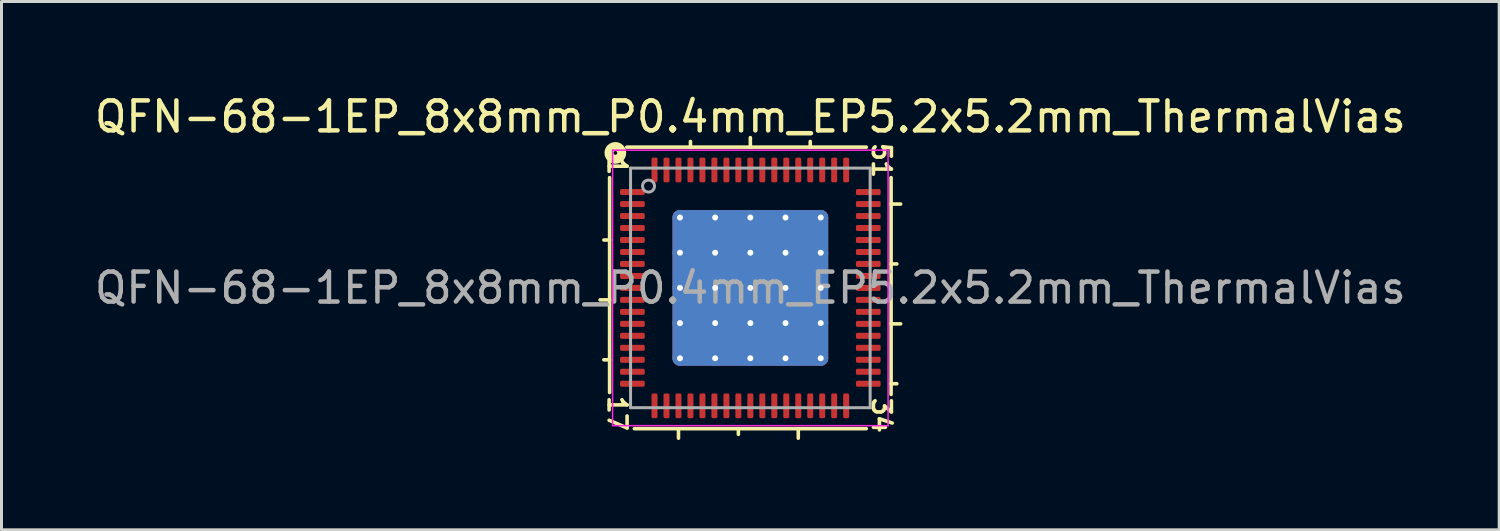
<source format=kicad_pcb>
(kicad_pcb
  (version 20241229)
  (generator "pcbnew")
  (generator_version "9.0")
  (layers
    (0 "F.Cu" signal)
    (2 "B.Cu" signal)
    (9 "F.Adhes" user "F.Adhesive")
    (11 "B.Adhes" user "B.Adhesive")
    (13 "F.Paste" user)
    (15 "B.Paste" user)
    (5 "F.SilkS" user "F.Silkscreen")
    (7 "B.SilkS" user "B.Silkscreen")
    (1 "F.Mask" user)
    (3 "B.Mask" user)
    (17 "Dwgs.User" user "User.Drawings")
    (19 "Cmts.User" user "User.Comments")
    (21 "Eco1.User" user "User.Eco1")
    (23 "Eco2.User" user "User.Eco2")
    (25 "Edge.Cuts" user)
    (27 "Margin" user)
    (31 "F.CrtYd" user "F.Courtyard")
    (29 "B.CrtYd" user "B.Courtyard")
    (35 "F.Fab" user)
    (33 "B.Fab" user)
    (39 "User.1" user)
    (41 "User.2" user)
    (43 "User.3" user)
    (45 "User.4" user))
  (footprint "QFN-68-1EP_8x8mm_P0.4mm_EP5.2x5.2mm_ThermalVias"
    (layer "F.Cu")
    (at 22.006 6.564)
    (property "Reference" "QFN-68-1EP_8x8mm_P0.4mm_EP5.2x5.2mm_ThermalVias" (at 0 -5.716 0) (layer "F.SilkS") (effects (font (size 1 1) (thickness 0.15))))
    (attr smd)
    (fp_line (start -4.7 -3.683) (end -4.7 3.493) (stroke (width 0.12) (type solid)) (layer "F.SilkS"))
    (fp_line (start -4.7 -1.6) (end -4.891 -1.6) (stroke (width 0.12) (type solid)) (layer "F.SilkS"))
    (fp_line (start -4.7 0.4) (end -5.018 0.4) (stroke (width 0.12) (type solid)) (layer "F.SilkS"))
    (fp_line (start -4.7 2.4) (end -4.891 2.4) (stroke (width 0.12) (type solid)) (layer "F.SilkS"))
    (fp_line (start -3.873 4.7) (end 3.873 4.7) (stroke (width 0.12) (type solid)) (layer "F.SilkS"))
    (fp_line (start -2.4 4.7) (end -2.4 5.018) (stroke (width 0.12) (type solid)) (layer "F.SilkS"))
    (fp_line (start -2 -4.7) (end -2 -4.891) (stroke (width 0.12) (type solid)) (layer "F.SilkS"))
    (fp_line (start -0.4 4.7) (end -0.4 4.891) (stroke (width 0.12) (type solid)) (layer "F.SilkS"))
    (fp_line (start 0 -4.7) (end 0 -5.018) (stroke (width 0.12) (type solid)) (layer "F.SilkS"))
    (fp_line (start 1.6 4.7) (end 1.6 5.018) (stroke (width 0.12) (type solid)) (layer "F.SilkS"))
    (fp_line (start 2 -4.7) (end 2 -4.891) (stroke (width 0.12) (type solid)) (layer "F.SilkS"))
    (fp_line (start 3.873 -4.7) (end -4.128 -4.7) (stroke (width 0.12) (type solid)) (layer "F.SilkS"))
    (fp_line (start 4.7 -2.8) (end 5.018 -2.8) (stroke (width 0.12) (type solid)) (layer "F.SilkS"))
    (fp_line (start 4.7 -0.8) (end 4.891 -0.8) (stroke (width 0.12) (type solid)) (layer "F.SilkS"))
    (fp_line (start 4.7 1.2) (end 5.018 1.2) (stroke (width 0.12) (type solid)) (layer "F.SilkS"))
    (fp_line (start 4.7 3.2) (end 4.891 3.2) (stroke (width 0.12) (type solid)) (layer "F.SilkS"))
    (fp_line (start 4.7 3.556) (end 4.7 -3.683) (stroke (width 0.12) (type solid)) (layer "F.SilkS"))
    (fp_circle (center -4.508 -4.508) (end -4.445 -4.508) (stroke (width 0.3) (type solid)) (fill no) (layer "F.SilkS"))
    (fp_line (start -4.6 -4.6) (end -4.6 4.6) (stroke (width 0.05) (type solid)) (layer "F.CrtYd"))
    (fp_line (start -4.6 4.6) (end 4.6 4.6) (stroke (width 0.05) (type solid)) (layer "F.CrtYd"))
    (fp_line (start 4.6 -4.6) (end -4.6 -4.6) (stroke (width 0.05) (type solid)) (layer "F.CrtYd"))
    (fp_line (start 4.6 4.6) (end 4.6 -4.6) (stroke (width 0.05) (type solid)) (layer "F.CrtYd"))
    (fp_line (start -4 -4) (end 4 -4) (stroke (width 0.1) (type solid)) (layer "F.Fab"))
    (fp_line (start -4 4) (end -4 -4) (stroke (width 0.1) (type solid)) (layer "F.Fab"))
    (fp_line (start 4 -4) (end 4 4) (stroke (width 0.1) (type solid)) (layer "F.Fab"))
    (fp_line (start 4 4) (end -4 4) (stroke (width 0.1) (type solid)) (layer "F.Fab"))
    (fp_circle (center -3.4 -3.4) (end -3.2 -3.4) (stroke (width 0.1) (type solid)) (fill no) (layer "F.Fab"))
    (fp_text user "17" (at -4.445 4.191 270) (unlocked yes) (layer "F.SilkS") (effects (font (size 0.6 0.6) (thickness 0.12))))
    (fp_text user "1" (at -4.445 -4.064 270) (unlocked yes) (layer "F.SilkS") (effects (font (size 0.6 0.6) (thickness 0.12))))
    (fp_text user "51" (at 4.381 -4.255 270) (unlocked yes) (layer "F.SilkS") (effects (font (size 0.6 0.6) (thickness 0.12))))
    (fp_text user "34" (at 4.381 4.255 270) (unlocked yes) (layer "F.SilkS") (effects (font (size 0.6 0.6) (thickness 0.12))))
    (fp_text user "${REFERENCE}" (at 0 0 0) (layer "F.Fab") (effects (font (size 1 1) (thickness 0.15))))
    (pad "" smd roundrect (at -1.762 -1.762) (size 1.007 1.007) (layers "F.Paste") (roundrect_rratio 0.248))
    (pad "" smd roundrect (at -1.762 -0.588) (size 1.007 1.007) (layers "F.Paste") (roundrect_rratio 0.248))
    (pad "" smd roundrect (at -1.762 0.588) (size 1.007 1.007) (layers "F.Paste") (roundrect_rratio 0.248))
    (pad "" smd roundrect (at -1.762 1.762) (size 1.007 1.007) (layers "F.Paste") (roundrect_rratio 0.248))
    (pad "" smd roundrect (at -0.588 -1.762) (size 1.007 1.007) (layers "F.Paste") (roundrect_rratio 0.248))
    (pad "" smd roundrect (at -0.588 -0.588) (size 1.007 1.007) (layers "F.Paste") (roundrect_rratio 0.248))
    (pad "" smd roundrect (at -0.588 0.588) (size 1.007 1.007) (layers "F.Paste") (roundrect_rratio 0.248))
    (pad "" smd roundrect (at -0.588 1.762) (size 1.007 1.007) (layers "F.Paste") (roundrect_rratio 0.248))
    (pad "" smd roundrect (at 0.588 -1.762) (size 1.007 1.007) (layers "F.Paste") (roundrect_rratio 0.248))
    (pad "" smd roundrect (at 0.588 -0.588) (size 1.007 1.007) (layers "F.Paste") (roundrect_rratio 0.248))
    (pad "" smd roundrect (at 0.588 0.588) (size 1.007 1.007) (layers "F.Paste") (roundrect_rratio 0.248))
    (pad "" smd roundrect (at 0.588 1.762) (size 1.007 1.007) (layers "F.Paste") (roundrect_rratio 0.248))
    (pad "" smd roundrect (at 1.762 -1.762) (size 1.007 1.007) (layers "F.Paste") (roundrect_rratio 0.248))
    (pad "" smd roundrect (at 1.762 -0.588) (size 1.007 1.007) (layers "F.Paste") (roundrect_rratio 0.248))
    (pad "" smd roundrect (at 1.762 0.588) (size 1.007 1.007) (layers "F.Paste") (roundrect_rratio 0.248))
    (pad "" smd roundrect (at 1.762 1.762) (size 1.007 1.007) (layers "F.Paste") (roundrect_rratio 0.248))
    (pad "1" smd roundrect (at -3.938 -3.2) (size 0.825 0.2) (layers "F.Cu" "F.Mask" "F.Paste") (roundrect_rratio 0.25))
    (pad "2" smd roundrect (at -3.938 -2.8) (size 0.825 0.2) (layers "F.Cu" "F.Mask" "F.Paste") (roundrect_rratio 0.25))
    (pad "3" smd roundrect (at -3.938 -2.4) (size 0.825 0.2) (layers "F.Cu" "F.Mask" "F.Paste") (roundrect_rratio 0.25))
    (pad "4" smd roundrect (at -3.938 -2) (size 0.825 0.2) (layers "F.Cu" "F.Mask" "F.Paste") (roundrect_rratio 0.25))
    (pad "5" smd roundrect (at -3.938 -1.6) (size 0.825 0.2) (layers "F.Cu" "F.Mask" "F.Paste") (roundrect_rratio 0.25))
    (pad "6" smd roundrect (at -3.938 -1.2) (size 0.825 0.2) (layers "F.Cu" "F.Mask" "F.Paste") (roundrect_rratio 0.25))
    (pad "7" smd roundrect (at -3.938 -0.8) (size 0.825 0.2) (layers "F.Cu" "F.Mask" "F.Paste") (roundrect_rratio 0.25))
    (pad "8" smd roundrect (at -3.938 -0.4) (size 0.825 0.2) (layers "F.Cu" "F.Mask" "F.Paste") (roundrect_rratio 0.25))
    (pad "9" smd roundrect (at -3.938 0) (size 0.825 0.2) (layers "F.Cu" "F.Mask" "F.Paste") (roundrect_rratio 0.25))
    (pad "10" smd roundrect (at -3.938 0.4) (size 0.825 0.2) (layers "F.Cu" "F.Mask" "F.Paste") (roundrect_rratio 0.25))
    (pad "11" smd roundrect (at -3.938 0.8) (size 0.825 0.2) (layers "F.Cu" "F.Mask" "F.Paste") (roundrect_rratio 0.25))
    (pad "12" smd roundrect (at -3.938 1.2) (size 0.825 0.2) (layers "F.Cu" "F.Mask" "F.Paste") (roundrect_rratio 0.25))
    (pad "13" smd roundrect (at -3.938 1.6) (size 0.825 0.2) (layers "F.Cu" "F.Mask" "F.Paste") (roundrect_rratio 0.25))
    (pad "14" smd roundrect (at -3.938 2) (size 0.825 0.2) (layers "F.Cu" "F.Mask" "F.Paste") (roundrect_rratio 0.25))
    (pad "15" smd roundrect (at -3.938 2.4) (size 0.825 0.2) (layers "F.Cu" "F.Mask" "F.Paste") (roundrect_rratio 0.25))
    (pad "16" smd roundrect (at -3.938 2.8) (size 0.825 0.2) (layers "F.Cu" "F.Mask" "F.Paste") (roundrect_rratio 0.25))
    (pad "17" smd roundrect (at -3.938 3.2) (size 0.825 0.2) (layers "F.Cu" "F.Mask" "F.Paste") (roundrect_rratio 0.25))
    (pad "18" smd roundrect (at -3.2 3.938) (size 0.2 0.825) (layers "F.Cu" "F.Mask" "F.Paste") (roundrect_rratio 0.25))
    (pad "19" smd roundrect (at -2.8 3.938) (size 0.2 0.825) (layers "F.Cu" "F.Mask" "F.Paste") (roundrect_rratio 0.25))
    (pad "20" smd roundrect (at -2.4 3.938) (size 0.2 0.825) (layers "F.Cu" "F.Mask" "F.Paste") (roundrect_rratio 0.25))
    (pad "21" smd roundrect (at -2 3.938) (size 0.2 0.825) (layers "F.Cu" "F.Mask" "F.Paste") (roundrect_rratio 0.25))
    (pad "22" smd roundrect (at -1.6 3.938) (size 0.2 0.825) (layers "F.Cu" "F.Mask" "F.Paste") (roundrect_rratio 0.25))
    (pad "23" smd roundrect (at -1.2 3.938) (size 0.2 0.825) (layers "F.Cu" "F.Mask" "F.Paste") (roundrect_rratio 0.25))
    (pad "24" smd roundrect (at -0.8 3.938) (size 0.2 0.825) (layers "F.Cu" "F.Mask" "F.Paste") (roundrect_rratio 0.25))
    (pad "25" smd roundrect (at -0.4 3.938) (size 0.2 0.825) (layers "F.Cu" "F.Mask" "F.Paste") (roundrect_rratio 0.25))
    (pad "26" smd roundrect (at 0 3.938) (size 0.2 0.825) (layers "F.Cu" "F.Mask" "F.Paste") (roundrect_rratio 0.25))
    (pad "27" smd roundrect (at 0.4 3.938) (size 0.2 0.825) (layers "F.Cu" "F.Mask" "F.Paste") (roundrect_rratio 0.25))
    (pad "28" smd roundrect (at 0.8 3.938) (size 0.2 0.825) (layers "F.Cu" "F.Mask" "F.Paste") (roundrect_rratio 0.25))
    (pad "29" smd roundrect (at 1.2 3.938) (size 0.2 0.825) (layers "F.Cu" "F.Mask" "F.Paste") (roundrect_rratio 0.25))
    (pad "30" smd roundrect (at 1.6 3.938) (size 0.2 0.825) (layers "F.Cu" "F.Mask" "F.Paste") (roundrect_rratio 0.25))
    (pad "31" smd roundrect (at 2 3.938) (size 0.2 0.825) (layers "F.Cu" "F.Mask" "F.Paste") (roundrect_rratio 0.25))
    (pad "32" smd roundrect (at 2.4 3.938) (size 0.2 0.825) (layers "F.Cu" "F.Mask" "F.Paste") (roundrect_rratio 0.25))
    (pad "33" smd roundrect (at 2.8 3.938) (size 0.2 0.825) (layers "F.Cu" "F.Mask" "F.Paste") (roundrect_rratio 0.25))
    (pad "34" smd roundrect (at 3.2 3.938) (size 0.2 0.825) (layers "F.Cu" "F.Mask" "F.Paste") (roundrect_rratio 0.25))
    (pad "35" smd roundrect (at 3.938 3.2) (size 0.825 0.2) (layers "F.Cu" "F.Mask" "F.Paste") (roundrect_rratio 0.25))
    (pad "36" smd roundrect (at 3.938 2.8) (size 0.825 0.2) (layers "F.Cu" "F.Mask" "F.Paste") (roundrect_rratio 0.25))
    (pad "37" smd roundrect (at 3.938 2.4) (size 0.825 0.2) (layers "F.Cu" "F.Mask" "F.Paste") (roundrect_rratio 0.25))
    (pad "38" smd roundrect (at 3.938 2) (size 0.825 0.2) (layers "F.Cu" "F.Mask" "F.Paste") (roundrect_rratio 0.25))
    (pad "39" smd roundrect (at 3.938 1.6) (size 0.825 0.2) (layers "F.Cu" "F.Mask" "F.Paste") (roundrect_rratio 0.25))
    (pad "40" smd roundrect (at 3.938 1.2) (size 0.825 0.2) (layers "F.Cu" "F.Mask" "F.Paste") (roundrect_rratio 0.25))
    (pad "41" smd roundrect (at 3.938 0.8) (size 0.825 0.2) (layers "F.Cu" "F.Mask" "F.Paste") (roundrect_rratio 0.25))
    (pad "42" smd roundrect (at 3.938 0.4) (size 0.825 0.2) (layers "F.Cu" "F.Mask" "F.Paste") (roundrect_rratio 0.25))
    (pad "43" smd roundrect (at 3.938 0) (size 0.825 0.2) (layers "F.Cu" "F.Mask" "F.Paste") (roundrect_rratio 0.25))
    (pad "44" smd roundrect (at 3.938 -0.4) (size 0.825 0.2) (layers "F.Cu" "F.Mask" "F.Paste") (roundrect_rratio 0.25))
    (pad "45" smd roundrect (at 3.938 -0.8) (size 0.825 0.2) (layers "F.Cu" "F.Mask" "F.Paste") (roundrect_rratio 0.25))
    (pad "46" smd roundrect (at 3.938 -1.2) (size 0.825 0.2) (layers "F.Cu" "F.Mask" "F.Paste") (roundrect_rratio 0.25))
    (pad "47" smd roundrect (at 3.938 -1.6) (size 0.825 0.2) (layers "F.Cu" "F.Mask" "F.Paste") (roundrect_rratio 0.25))
    (pad "48" smd roundrect (at 3.938 -2) (size 0.825 0.2) (layers "F.Cu" "F.Mask" "F.Paste") (roundrect_rratio 0.25))
    (pad "49" smd roundrect (at 3.938 -2.4) (size 0.825 0.2) (layers "F.Cu" "F.Mask" "F.Paste") (roundrect_rratio 0.25))
    (pad "50" smd roundrect (at 3.938 -2.8) (size 0.825 0.2) (layers "F.Cu" "F.Mask" "F.Paste") (roundrect_rratio 0.25))
    (pad "51" smd roundrect (at 3.938 -3.2) (size 0.825 0.2) (layers "F.Cu" "F.Mask" "F.Paste") (roundrect_rratio 0.25))
    (pad "52" smd roundrect (at 3.2 -3.938) (size 0.2 0.825) (layers "F.Cu" "F.Mask" "F.Paste") (roundrect_rratio 0.25))
    (pad "53" smd roundrect (at 2.8 -3.938) (size 0.2 0.825) (layers "F.Cu" "F.Mask" "F.Paste") (roundrect_rratio 0.25))
    (pad "54" smd roundrect (at 2.4 -3.938) (size 0.2 0.825) (layers "F.Cu" "F.Mask" "F.Paste") (roundrect_rratio 0.25))
    (pad "55" smd roundrect (at 2 -3.938) (size 0.2 0.825) (layers "F.Cu" "F.Mask" "F.Paste") (roundrect_rratio 0.25))
    (pad "56" smd roundrect (at 1.6 -3.938) (size 0.2 0.825) (layers "F.Cu" "F.Mask" "F.Paste") (roundrect_rratio 0.25))
    (pad "57" smd roundrect (at 1.2 -3.938) (size 0.2 0.825) (layers "F.Cu" "F.Mask" "F.Paste") (roundrect_rratio 0.25))
    (pad "58" smd roundrect (at 0.8 -3.938) (size 0.2 0.825) (layers "F.Cu" "F.Mask" "F.Paste") (roundrect_rratio 0.25))
    (pad "59" smd roundrect (at 0.4 -3.938) (size 0.2 0.825) (layers "F.Cu" "F.Mask" "F.Paste") (roundrect_rratio 0.25))
    (pad "60" smd roundrect (at 0 -3.938) (size 0.2 0.825) (layers "F.Cu" "F.Mask" "F.Paste") (roundrect_rratio 0.25))
    (pad "61" smd roundrect (at -0.4 -3.938) (size 0.2 0.825) (layers "F.Cu" "F.Mask" "F.Paste") (roundrect_rratio 0.25))
    (pad "62" smd roundrect (at -0.8 -3.938) (size 0.2 0.825) (layers "F.Cu" "F.Mask" "F.Paste") (roundrect_rratio 0.25))
    (pad "63" smd roundrect (at -1.2 -3.938) (size 0.2 0.825) (layers "F.Cu" "F.Mask" "F.Paste") (roundrect_rratio 0.25))
    (pad "64" smd roundrect (at -1.6 -3.938) (size 0.2 0.825) (layers "F.Cu" "F.Mask" "F.Paste") (roundrect_rratio 0.25))
    (pad "65" smd roundrect (at -2 -3.938) (size 0.2 0.825) (layers "F.Cu" "F.Mask" "F.Paste") (roundrect_rratio 0.25))
    (pad "66" smd roundrect (at -2.4 -3.938) (size 0.2 0.825) (layers "F.Cu" "F.Mask" "F.Paste") (roundrect_rratio 0.25))
    (pad "67" smd roundrect (at -2.8 -3.938) (size 0.2 0.825) (layers "F.Cu" "F.Mask" "F.Paste") (roundrect_rratio 0.25))
    (pad "68" smd roundrect (at -3.2 -3.938) (size 0.2 0.825) (layers "F.Cu" "F.Mask" "F.Paste") (roundrect_rratio 0.25))
    (pad "69" thru_hole circle (at -2.35 -2.35) (size 0.5 0.5) (drill 0.2) (property pad_prop_heatsink) (layers "*.Cu"))
    (pad "69" thru_hole circle (at -2.35 -1.175) (size 0.5 0.5) (drill 0.2) (property pad_prop_heatsink) (layers "*.Cu"))
    (pad "69" thru_hole circle (at -2.35 0) (size 0.5 0.5) (drill 0.2) (property pad_prop_heatsink) (layers "*.Cu"))
    (pad "69" thru_hole circle (at -2.35 1.175) (size 0.5 0.5) (drill 0.2) (property pad_prop_heatsink) (layers "*.Cu"))
    (pad "69" thru_hole circle (at -2.35 2.35) (size 0.5 0.5) (drill 0.2) (property pad_prop_heatsink) (layers "*.Cu"))
    (pad "69" thru_hole circle (at -1.175 -2.35) (size 0.5 0.5) (drill 0.2) (property pad_prop_heatsink) (layers "*.Cu"))
    (pad "69" thru_hole circle (at -1.175 -1.175) (size 0.5 0.5) (drill 0.2) (property pad_prop_heatsink) (layers "*.Cu"))
    (pad "69" thru_hole circle (at -1.175 0) (size 0.5 0.5) (drill 0.2) (property pad_prop_heatsink) (layers "*.Cu"))
    (pad "69" thru_hole circle (at -1.175 1.175) (size 0.5 0.5) (drill 0.2) (property pad_prop_heatsink) (layers "*.Cu"))
    (pad "69" thru_hole circle (at -1.175 2.35) (size 0.5 0.5) (drill 0.2) (property pad_prop_heatsink) (layers "*.Cu"))
    (pad "69" thru_hole circle (at 0 -2.35) (size 0.5 0.5) (drill 0.2) (property pad_prop_heatsink) (layers "*.Cu"))
    (pad "69" thru_hole circle (at 0 -1.175) (size 0.5 0.5) (drill 0.2) (property pad_prop_heatsink) (layers "*.Cu"))
    (pad "69" thru_hole circle (at 0 0) (size 0.5 0.5) (drill 0.2) (property pad_prop_heatsink) (layers "*.Cu"))
    (pad "69" smd roundrect (at 0 0) (size 5.2 5.2) (layers "F.Cu" "F.Mask") (roundrect_rratio 0.048))
    (pad "69" smd roundrect (at 0 0) (size 5.2 5.2) (layers "B.Cu" "B.Mask") (roundrect_rratio 0.048))
    (pad "69" thru_hole circle (at 0 1.175) (size 0.5 0.5) (drill 0.2) (property pad_prop_heatsink) (layers "*.Cu"))
    (pad "69" thru_hole circle (at 0 2.35) (size 0.5 0.5) (drill 0.2) (property pad_prop_heatsink) (layers "*.Cu"))
    (pad "69" thru_hole circle (at 1.175 -2.35) (size 0.5 0.5) (drill 0.2) (property pad_prop_heatsink) (layers "*.Cu"))
    (pad "69" thru_hole circle (at 1.175 -1.175) (size 0.5 0.5) (drill 0.2) (property pad_prop_heatsink) (layers "*.Cu"))
    (pad "69" thru_hole circle (at 1.175 0) (size 0.5 0.5) (drill 0.2) (property pad_prop_heatsink) (layers "*.Cu"))
    (pad "69" thru_hole circle (at 1.175 1.175) (size 0.5 0.5) (drill 0.2) (property pad_prop_heatsink) (layers "*.Cu"))
    (pad "69" thru_hole circle (at 1.175 2.35) (size 0.5 0.5) (drill 0.2) (property pad_prop_heatsink) (layers "*.Cu"))
    (pad "69" thru_hole circle (at 2.35 -2.35) (size 0.5 0.5) (drill 0.2) (property pad_prop_heatsink) (layers "*.Cu"))
    (pad "69" thru_hole circle (at 2.35 -1.175) (size 0.5 0.5) (drill 0.2) (property pad_prop_heatsink) (layers "*.Cu"))
    (pad "69" thru_hole circle (at 2.35 0) (size 0.5 0.5) (drill 0.2) (property pad_prop_heatsink) (layers "*.Cu"))
    (pad "69" thru_hole circle (at 2.35 1.175) (size 0.5 0.5) (drill 0.2) (property pad_prop_heatsink) (layers "*.Cu"))
    (pad "69" thru_hole circle (at 2.35 2.35) (size 0.5 0.5) (drill 0.2) (property pad_prop_heatsink) (layers "*.Cu")))
  (gr_rect
    (start -3 -3)
    (end 47.012 14.642)
    (stroke (width 0.1) (type default))
    (fill no)
    (layer "Edge.Cuts")))
</source>
